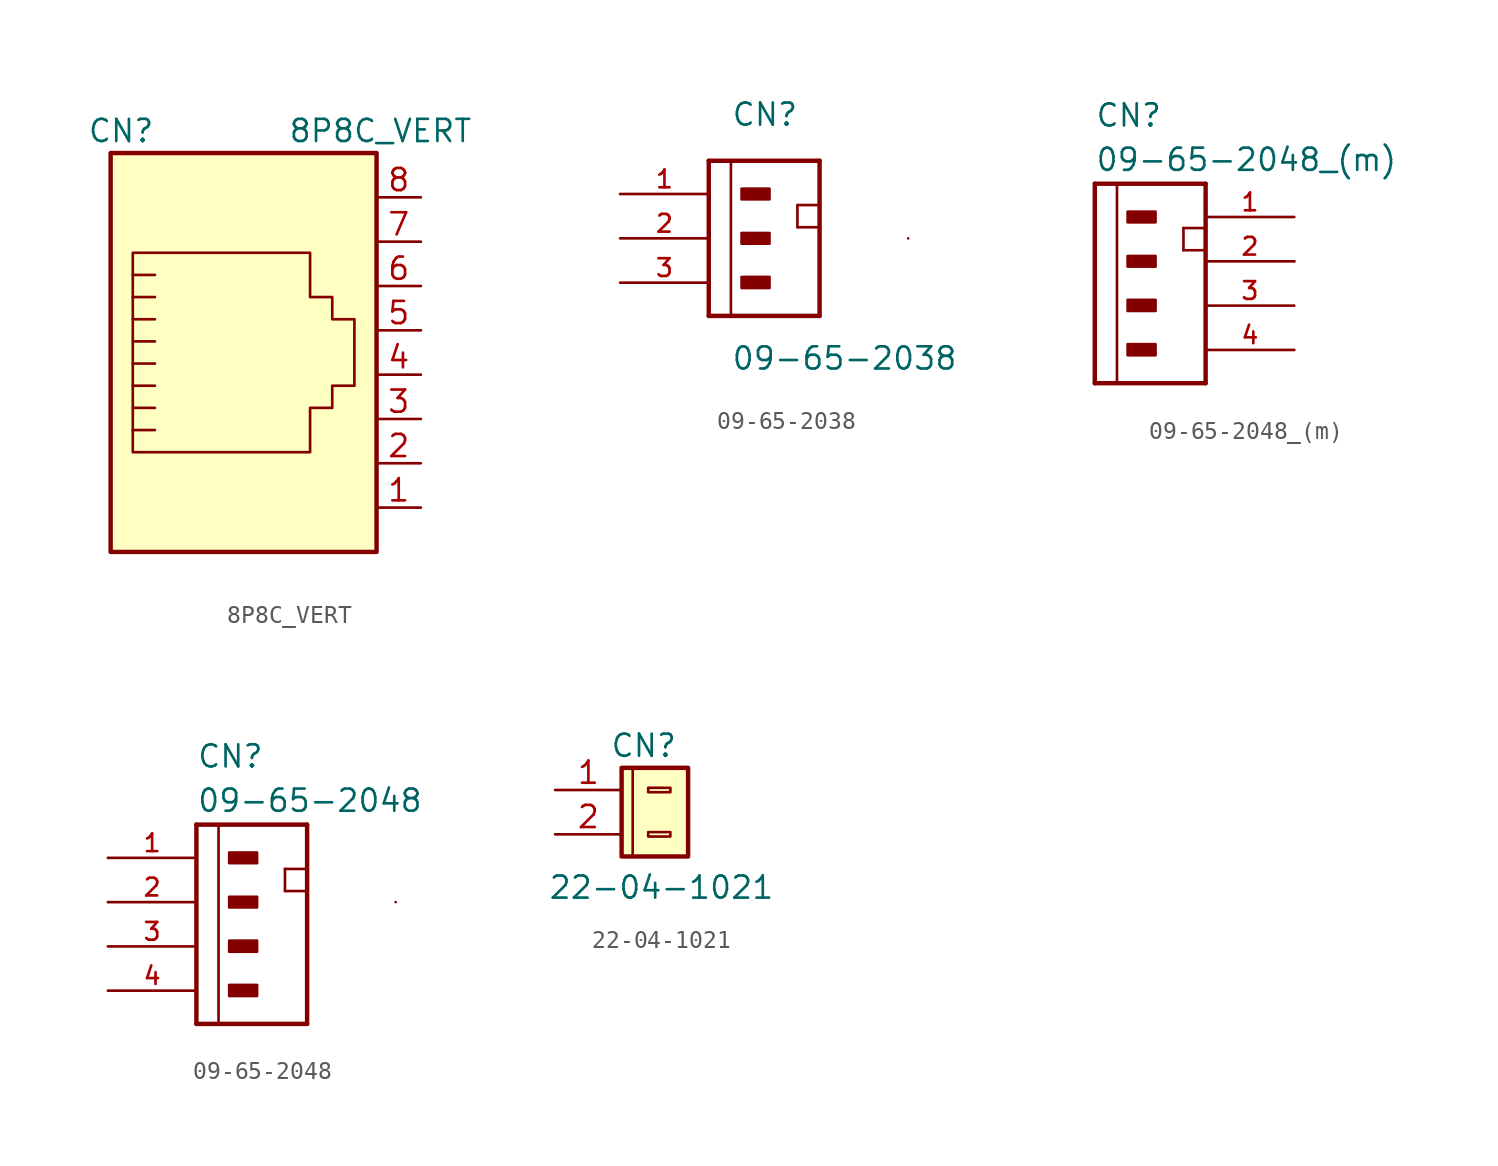
<source format=kicad_sym>
(kicad_symbol_lib
  (version 20241209)
  (generator "kicad_symbol_editor")
  (generator_version "9.0")
  (symbol "8P8C_VERT"
    (pin_names
      (offset 1.016))
    (property "Reference" "CN"
      (at -5.08 13.97 0)
      (effects (font (size 1.27 1.27)) (justify right)))
    (property "Value" "8P8C_VERT"
      (at 2.54 13.97 0)
      (effects (font (size 1.27 1.27)) (justify left)))
    (symbol "8P8C_VERT_0_1"
      (polyline (pts (xy -6.35 1.905) (xy -5.08 1.905) (xy -5.08 1.905)) (stroke (width 0) (type default)) (fill (type none)))
      (polyline (pts (xy -6.35 0.635) (xy -5.08 0.635) (xy -5.08 0.635)) (stroke (width 0) (type default)) (fill (type none)))
      (polyline (pts (xy -6.35 -0.635) (xy -5.08 -0.635) (xy -5.08 -0.635)) (stroke (width 0) (type default)) (fill (type none)))
      (polyline (pts (xy -6.35 -1.905) (xy -5.08 -1.905) (xy -5.08 -1.905)) (stroke (width 0) (type default)) (fill (type none)))
      (polyline (pts (xy -6.35 -3.175) (xy -5.08 -3.175) (xy -5.08 -3.175)) (stroke (width 0) (type default)) (fill (type none)))
      (polyline (pts (xy -6.35 -4.445) (xy -6.35 6.985) (xy 3.81 6.985) (xy 3.81 4.445) (xy 5.08 4.445) (xy 5.08 3.175) (xy 6.35 3.175) (xy 6.35 -0.635) (xy 5.08 -0.635) (xy 5.08 -1.905) (xy 3.81 -1.905) (xy 3.81 -4.445) (xy -6.35 -4.445) (xy -6.35 -4.445)) (stroke (width 0) (type default)) (fill (type none)))
      (polyline (pts (xy -5.08 5.715) (xy -6.35 5.715)) (stroke (width 0) (type default)) (fill (type none)))
      (polyline (pts (xy -5.08 4.445) (xy -6.35 4.445)) (stroke (width 0) (type default)) (fill (type none)))
      (polyline (pts (xy -5.08 3.175) (xy -6.35 3.175) (xy -6.35 3.175)) (stroke (width 0) (type default)) (fill (type none)))
      (rectangle (start 7.62 12.7) (end -7.62 -10.16) (stroke (width 0.254) (type default)) (fill (type background))))
    (symbol "8P8C_VERT_1_1"
      (pin passive line (at 10.16 10.16 180) (length 2.54) (name "~" (effects (font (size 1.27 1.27)))) (number "8" (effects (font (size 1.27 1.27)))))
      (pin passive line (at 10.16 7.62 180) (length 2.54) (name "~" (effects (font (size 1.27 1.27)))) (number "7" (effects (font (size 1.27 1.27)))))
      (pin passive line (at 10.16 5.08 180) (length 2.54) (name "~" (effects (font (size 1.27 1.27)))) (number "6" (effects (font (size 1.27 1.27)))))
      (pin passive line (at 10.16 2.54 180) (length 2.54) (name "~" (effects (font (size 1.27 1.27)))) (number "5" (effects (font (size 1.27 1.27)))))
      (pin passive line (at 10.16 0 180) (length 2.54) (name "~" (effects (font (size 1.27 1.27)))) (number "4" (effects (font (size 1.27 1.27)))))
      (pin passive line (at 10.16 -2.54 180) (length 2.54) (name "~" (effects (font (size 1.27 1.27)))) (number "3" (effects (font (size 1.27 1.27)))))
      (pin passive line (at 10.16 -5.08 180) (length 2.54) (name "~" (effects (font (size 1.27 1.27)))) (number "2" (effects (font (size 1.27 1.27)))))
      (pin passive line (at 10.16 -7.62 180) (length 2.54) (name "~" (effects (font (size 1.27 1.27)))) (number "1" (effects (font (size 1.27 1.27)))))))
  (symbol "09-65-2038"
    (pin_names
      (hide yes))
    (property "Reference" "CN"
      (at 0 6.35 0)
      (effects (font (size 1.27 1.27)) (justify left bottom)))
    (property "Value" "09-65-2038"
      (at 0 -7.62 0)
      (effects (font (size 1.27 1.27)) (justify left bottom)))
    (symbol "09-65-2038_0_0"
      (polyline (pts (xy -1.27 0) (xy -1.27 4.445) (xy -1.27 -4.445)) (stroke (width 0.254) (type default)) (fill (type none)))
      (polyline (pts (xy -1.27 -4.445) (xy 5.08 -4.445)) (stroke (width 0.254) (type default)) (fill (type none)))
      (rectangle (start 0.61 2.235) (end 2.21 2.845) (stroke (width 0) (type default)) (fill (type outline)))
      (rectangle (start 0.61 -0.305) (end 2.21 0.305) (stroke (width 0) (type default)) (fill (type outline)))
      (rectangle (start 0.61 -2.845) (end 2.21 -2.21) (stroke (width 0) (type default)) (fill (type outline)))
      (polyline (pts (xy 5.08 4.445) (xy -1.27 4.445)) (stroke (width 0.254) (type default)) (fill (type none)))
      (polyline (pts (xy 5.08 -4.445) (xy 5.08 4.445)) (stroke (width 0.254) (type default)) (fill (type none)))
      (pin passive line (at -6.35 2.54 0) (length 5.08) (name "1" (effects (font (size 1.016 1.016)))) (number "1" (effects (font (size 1.016 1.016)))))
      (pin passive line (at -6.35 0 0) (length 5.08) (name "2" (effects (font (size 1.016 1.016)))) (number "2" (effects (font (size 1.016 1.016))))))
    (symbol "09-65-2038_0_1"
      (polyline (pts (xy 0 4.445) (xy 0 -4.445)) (stroke (width 0) (type default)) (fill (type none)))
      (rectangle (start 3.81 1.905) (end 3.81 0.635) (stroke (width 0) (type default)) (fill (type none)))
      (rectangle (start 3.81 0.635) (end 5.08 0.635) (stroke (width 0) (type default)) (fill (type none)))
      (rectangle (start 5.08 1.905) (end 3.81 1.905) (stroke (width 0) (type default)) (fill (type none)))
      (rectangle (start 10.16 0) (end 10.16 0) (stroke (width 0) (type default)) (fill (type none))))
    (symbol "09-65-2038_1_1"
      (pin passive line (at -6.35 -2.54 0) (length 5.08) (name "3" (effects (font (size 1.016 1.016)))) (number "3" (effects (font (size 1.016 1.016)))))))
  (symbol "09-65-2048_(m)"
    (pin_names
      (hide yes))
    (property "Reference" "CN"
      (at -1.27 7.62 0)
      (effects (font (size 1.27 1.27)) (justify left bottom)))
    (property "Value" "09-65-2048_(m)"
      (at -1.27 5.08 0)
      (effects (font (size 1.27 1.27)) (justify left bottom)))
    (symbol "09-65-2048_(m)_0_0"
      (polyline (pts (xy -1.27 0) (xy -1.27 4.445) (xy -1.27 -6.985)) (stroke (width 0.254) (type default)) (fill (type none)))
      (polyline (pts (xy -1.27 -6.985) (xy 5.08 -6.985)) (stroke (width 0.254) (type default)) (fill (type none)))
      (rectangle (start 0.61 2.235) (end 2.21 2.845) (stroke (width 0) (type default)) (fill (type outline)))
      (rectangle (start 0.61 -0.305) (end 2.21 0.305) (stroke (width 0) (type default)) (fill (type outline)))
      (rectangle (start 0.61 -2.845) (end 2.21 -2.21) (stroke (width 0) (type default)) (fill (type outline)))
      (rectangle (start 0.61 -5.385) (end 2.21 -4.75) (stroke (width 0) (type default)) (fill (type outline)))
      (polyline (pts (xy 5.08 4.445) (xy -1.27 4.445)) (stroke (width 0.254) (type default)) (fill (type none)))
      (polyline (pts (xy 5.08 -6.985) (xy 5.08 4.445)) (stroke (width 0.254) (type default)) (fill (type none)))
      (pin passive line (at 10.16 2.54 180) (length 5.08) (name "1" (effects (font (size 1.016 1.016)))) (number "1" (effects (font (size 1.016 1.016)))))
      (pin passive line (at 10.16 0 180) (length 5.08) (name "2" (effects (font (size 1.016 1.016)))) (number "2" (effects (font (size 1.016 1.016))))))
    (symbol "09-65-2048_(m)_0_1"
      (polyline (pts (xy 0 4.445) (xy 0 -6.985)) (stroke (width 0) (type default)) (fill (type none)))
      (rectangle (start 3.81 1.905) (end 3.81 0.635) (stroke (width 0) (type default)) (fill (type none)))
      (rectangle (start 3.81 0.635) (end 5.08 0.635) (stroke (width 0) (type default)) (fill (type none)))
      (rectangle (start 5.08 1.905) (end 3.81 1.905) (stroke (width 0) (type default)) (fill (type none)))
      (rectangle (start 10.16 0) (end 10.16 0) (stroke (width 0) (type default)) (fill (type none))))
    (symbol "09-65-2048_(m)_1_1"
      (pin passive line (at 10.16 -2.54 180) (length 5.08) (name "3" (effects (font (size 1.016 1.016)))) (number "3" (effects (font (size 1.016 1.016)))))
      (pin passive line (at 10.16 -5.08 180) (length 5.08) (name "4" (effects (font (size 1.016 1.016)))) (number "4" (effects (font (size 1.016 1.016)))))))
  (symbol "09-65-2048"
    (pin_names
      (hide yes))
    (property "Reference" "CN"
      (at -1.27 7.62 0)
      (effects (font (size 1.27 1.27)) (justify left bottom)))
    (property "Value" "09-65-2048"
      (at -1.27 5.08 0)
      (effects (font (size 1.27 1.27)) (justify left bottom)))
    (symbol "09-65-2048_0_0"
      (polyline (pts (xy -1.27 0) (xy -1.27 4.445) (xy -1.27 -6.985)) (stroke (width 0.254) (type default)) (fill (type none)))
      (polyline (pts (xy -1.27 -6.985) (xy 5.08 -6.985)) (stroke (width 0.254) (type default)) (fill (type none)))
      (rectangle (start 0.61 2.235) (end 2.21 2.845) (stroke (width 0) (type default)) (fill (type outline)))
      (rectangle (start 0.61 -0.305) (end 2.21 0.305) (stroke (width 0) (type default)) (fill (type outline)))
      (rectangle (start 0.61 -2.845) (end 2.21 -2.21) (stroke (width 0) (type default)) (fill (type outline)))
      (rectangle (start 0.61 -5.385) (end 2.21 -4.75) (stroke (width 0) (type default)) (fill (type outline)))
      (polyline (pts (xy 5.08 4.445) (xy -1.27 4.445)) (stroke (width 0.254) (type default)) (fill (type none)))
      (polyline (pts (xy 5.08 -6.985) (xy 5.08 4.445)) (stroke (width 0.254) (type default)) (fill (type none)))
      (pin passive line (at -6.35 2.54 0) (length 5.08) (name "1" (effects (font (size 1.016 1.016)))) (number "1" (effects (font (size 1.016 1.016)))))
      (pin passive line (at -6.35 0 0) (length 5.08) (name "2" (effects (font (size 1.016 1.016)))) (number "2" (effects (font (size 1.016 1.016))))))
    (symbol "09-65-2048_0_1"
      (polyline (pts (xy 0 4.445) (xy 0 -6.985)) (stroke (width 0) (type default)) (fill (type none)))
      (rectangle (start 3.81 1.905) (end 3.81 0.635) (stroke (width 0) (type default)) (fill (type none)))
      (rectangle (start 3.81 0.635) (end 5.08 0.635) (stroke (width 0) (type default)) (fill (type none)))
      (rectangle (start 5.08 1.905) (end 3.81 1.905) (stroke (width 0) (type default)) (fill (type none)))
      (rectangle (start 10.16 0) (end 10.16 0) (stroke (width 0) (type default)) (fill (type none))))
    (symbol "09-65-2048_1_1"
      (pin passive line (at -6.35 -2.54 0) (length 5.08) (name "3" (effects (font (size 1.016 1.016)))) (number "3" (effects (font (size 1.016 1.016)))))
      (pin passive line (at -6.35 -5.08 0) (length 5.08) (name "4" (effects (font (size 1.016 1.016)))) (number "4" (effects (font (size 1.016 1.016)))))))
  (symbol "22-04-1021"
    (pin_names
      (offset 1.016)
      (hide yes))
    (property "Reference" "CN"
      (at 0 5.08 0)
      (effects (font (size 1.27 1.27))))
    (property "Value" "22-04-1021"
      (at 1.016 -3.048 0)
      (effects (font (size 1.27 1.27))))
    (symbol "22-04-1021_0_1"
      (polyline (pts (xy -0.635 3.81) (xy -0.635 -1.27)) (stroke (width 0) (type default)) (fill (type none))))
    (symbol "22-04-1021_1_1"
      (rectangle (start -1.27 3.81) (end 2.54 -1.27) (stroke (width 0.254) (type default)) (fill (type background)))
      (rectangle (start 0.254 2.667) (end 1.524 2.413) (stroke (width 0.152) (type default)) (fill (type none)))
      (rectangle (start 0.254 0.127) (end 1.524 -0.127) (stroke (width 0.152) (type default)) (fill (type none)))
      (pin passive line (at -5.08 2.54 0) (length 3.81) (name "Pin_1" (effects (font (size 1.27 1.27)))) (number "1" (effects (font (size 1.27 1.27)))))
      (pin passive line (at -5.08 0 0) (length 3.81) (name "Pin_2" (effects (font (size 1.27 1.27)))) (number "2" (effects (font (size 1.27 1.27))))))))
</source>
